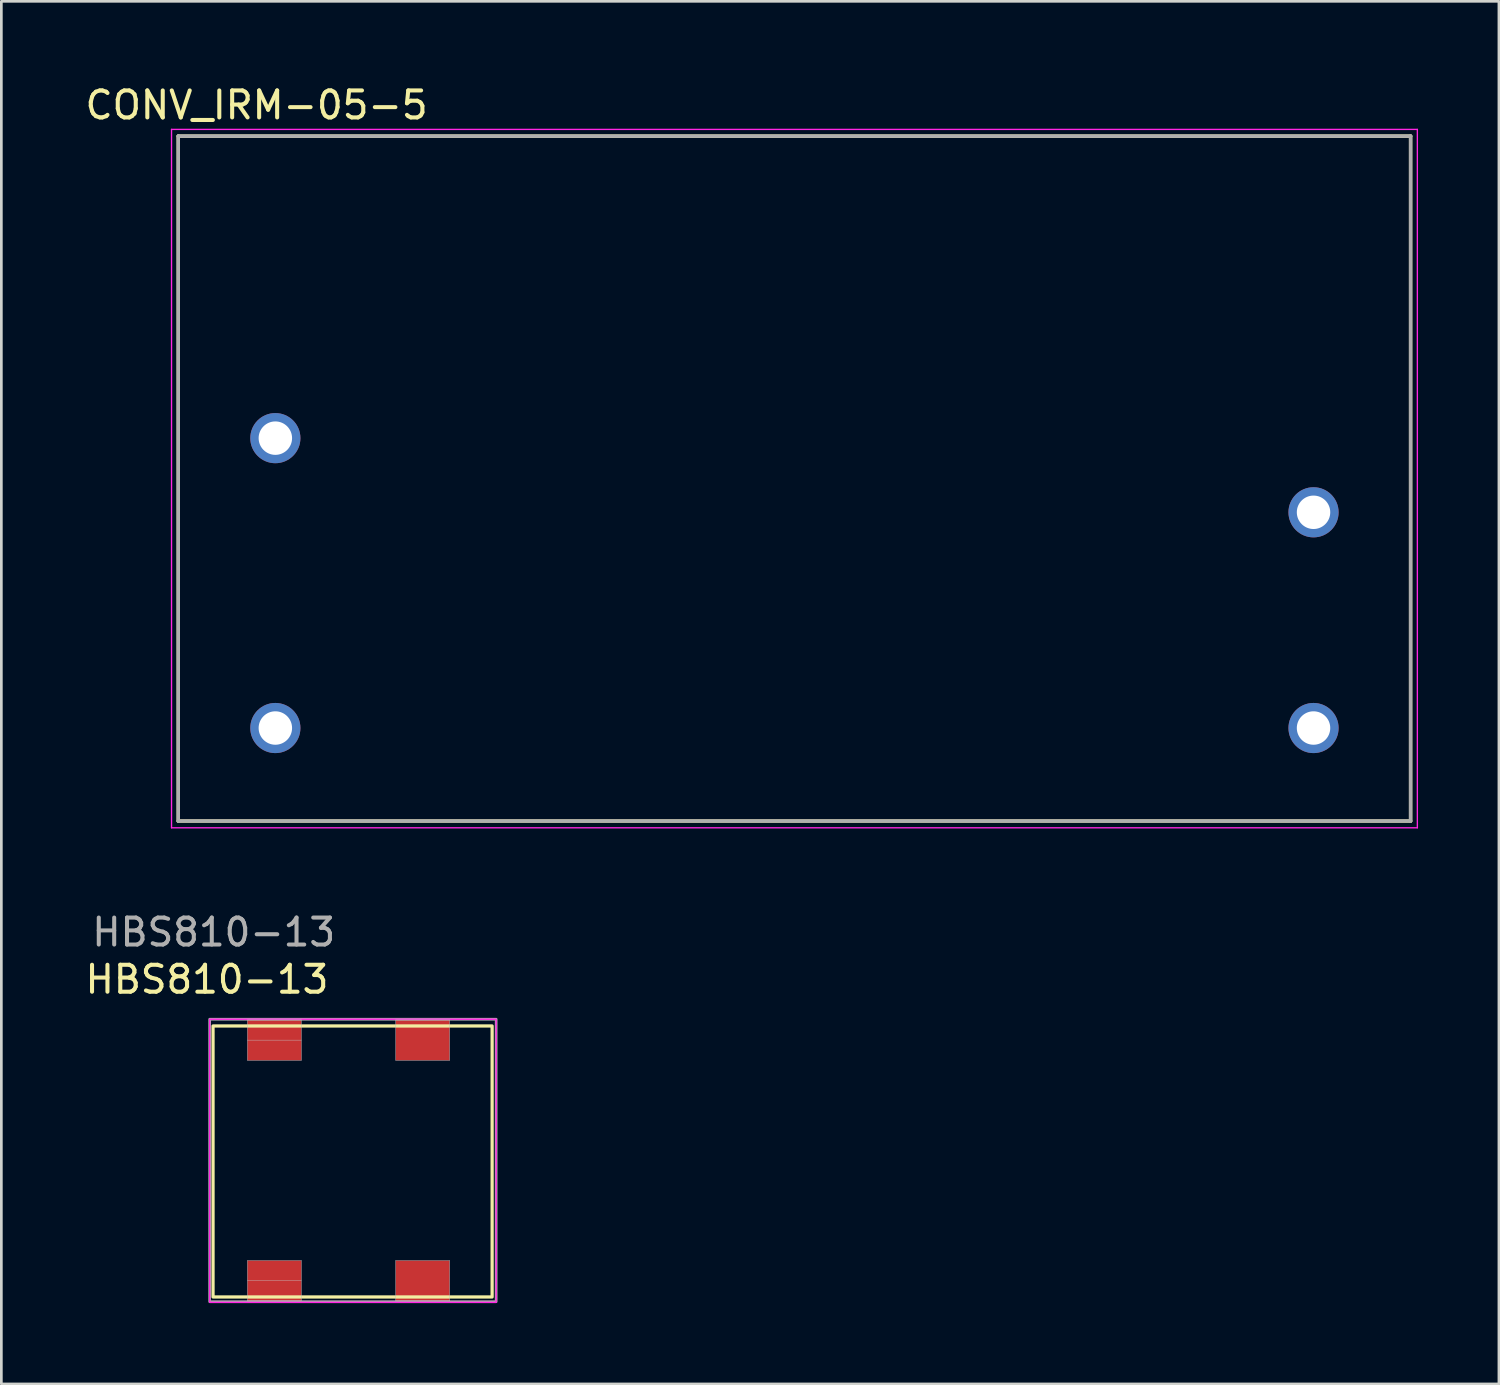
<source format=kicad_pcb>
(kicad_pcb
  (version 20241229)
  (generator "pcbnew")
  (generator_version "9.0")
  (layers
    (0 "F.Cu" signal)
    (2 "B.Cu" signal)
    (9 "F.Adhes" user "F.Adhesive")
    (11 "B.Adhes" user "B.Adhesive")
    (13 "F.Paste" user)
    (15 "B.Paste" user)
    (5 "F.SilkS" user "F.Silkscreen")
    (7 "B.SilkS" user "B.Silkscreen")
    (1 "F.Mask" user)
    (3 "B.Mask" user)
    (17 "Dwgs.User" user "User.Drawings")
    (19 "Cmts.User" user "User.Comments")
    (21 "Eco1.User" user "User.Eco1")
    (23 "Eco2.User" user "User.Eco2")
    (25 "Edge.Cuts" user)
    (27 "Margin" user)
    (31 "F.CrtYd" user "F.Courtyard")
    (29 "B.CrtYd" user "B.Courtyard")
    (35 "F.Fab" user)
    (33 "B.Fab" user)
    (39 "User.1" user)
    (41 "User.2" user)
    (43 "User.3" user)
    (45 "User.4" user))
  (footprint "HBS810-13"
    (layer "F.Cu")
    (at 6.125 34.772)
    (property "Reference" "HBS810-13" (at -1.5 -1.5 0) (unlocked yes) (layer "F.SilkS") (effects (font (size 1 1) (thickness 0.15))))
    (attr smd)
    (fp_rect (start -1.275 0.225) (end 9.075 10.275) (stroke (width 0.12) (type solid)) (fill no) (layer "F.SilkS"))
    (fp_line (start 0 0) (end 0 1.5) (stroke (width 0.015) (type solid)) (layer "Dwgs.User"))
    (fp_line (start 0 0.75) (end 2 0.75) (stroke (width 0.015) (type solid)) (layer "Dwgs.User"))
    (fp_line (start 0 1.5) (end 2 1.5) (stroke (width 0.015) (type solid)) (layer "Dwgs.User"))
    (fp_line (start 0 8.92) (end 0 10.42) (stroke (width 0.015) (type solid)) (layer "Dwgs.User"))
    (fp_line (start 0 9.67) (end 2 9.67) (stroke (width 0.015) (type solid)) (layer "Dwgs.User"))
    (fp_line (start 0 10.42) (end 2 10.42) (stroke (width 0.015) (type solid)) (layer "Dwgs.User"))
    (fp_line (start 2 0) (end 0 0) (stroke (width 0.015) (type solid)) (layer "Dwgs.User"))
    (fp_line (start 2 1.5) (end 2 0) (stroke (width 0.015) (type solid)) (layer "Dwgs.User"))
    (fp_line (start 2 8.92) (end 0 8.92) (stroke (width 0.015) (type solid)) (layer "Dwgs.User"))
    (fp_line (start 2 10.42) (end 2 8.92) (stroke (width 0.015) (type solid)) (layer "Dwgs.User"))
    (fp_line (start 5.5 0) (end 5.5 1.5) (stroke (width 0.015) (type solid)) (layer "Dwgs.User"))
    (fp_line (start 5.5 1.5) (end 7.5 1.5) (stroke (width 0.015) (type solid)) (layer "Dwgs.User"))
    (fp_line (start 5.5 8.92) (end 5.5 10.42) (stroke (width 0.015) (type solid)) (layer "Dwgs.User"))
    (fp_line (start 5.5 10.42) (end 7.5 10.42) (stroke (width 0.015) (type solid)) (layer "Dwgs.User"))
    (fp_line (start 7.5 0) (end 5.5 0) (stroke (width 0.015) (type solid)) (layer "Dwgs.User"))
    (fp_line (start 7.5 1.5) (end 7.5 0) (stroke (width 0.015) (type solid)) (layer "Dwgs.User"))
    (fp_line (start 7.5 8.92) (end 5.5 8.92) (stroke (width 0.015) (type solid)) (layer "Dwgs.User"))
    (fp_line (start 7.5 10.42) (end 7.5 8.92) (stroke (width 0.015) (type solid)) (layer "Dwgs.User"))
    (fp_rect (start -1.4 -0.025) (end 9.225 10.475) (stroke (width 0.05) (type solid)) (fill no) (layer "F.CrtYd"))
    (fp_rect (start -1.4 -0.025) (end 9.225 10.45) (stroke (width 0.1) (type solid)) (fill no) (layer "F.Fab"))
    (fp_text user "${REFERENCE}" (at -1.25 -3.25 0) (unlocked yes) (layer "F.Fab") (effects (font (size 1 1) (thickness 0.15))))
    (pad "1" smd rect (at 6.5 0.75) (size 2 1.5) (layers "F.Cu" "F.Mask" "F.Paste"))
    (pad "2" smd rect (at 6.5 9.675) (size 2 1.5) (layers "F.Cu" "F.Mask" "F.Paste"))
    (pad "3" smd rect (at 1 0.75) (size 2 1.5) (layers "F.Cu" "F.Mask" "F.Paste"))
    (pad "4" smd rect (at 1 9.675) (size 2 1.5) (layers "F.Cu" "F.Mask" "F.Paste")))
  (footprint "CONV_IRM-05-5"
    (layer "F.Cu")
    (at 26.411 14.698)
    (property "Reference" "CONV_IRM-05-5" (at -19.946 -13.849 0) (layer "F.SilkS") (effects (font (size 1.001 1.001) (thickness 0.15))))
    (attr through_hole)
    (fp_line (start -22.85 -12.7) (end 22.85 -12.7) (stroke (width 0.127) (type solid)) (layer "F.SilkS"))
    (fp_line (start -22.85 12.7) (end -22.85 -12.7) (stroke (width 0.127) (type solid)) (layer "F.SilkS"))
    (fp_line (start 22.85 -12.7) (end 22.85 12.7) (stroke (width 0.127) (type solid)) (layer "F.SilkS"))
    (fp_line (start 22.85 12.7) (end -22.85 12.7) (stroke (width 0.127) (type solid)) (layer "F.SilkS"))
    (fp_line (start -23.1 -12.95) (end 23.1 -12.95) (stroke (width 0.05) (type solid)) (layer "F.CrtYd"))
    (fp_line (start -23.1 12.95) (end -23.1 -12.95) (stroke (width 0.05) (type solid)) (layer "F.CrtYd"))
    (fp_line (start 23.1 -12.95) (end 23.1 12.95) (stroke (width 0.05) (type solid)) (layer "F.CrtYd"))
    (fp_line (start 23.1 12.95) (end -23.1 12.95) (stroke (width 0.05) (type solid)) (layer "F.CrtYd"))
    (fp_line (start -22.85 -12.7) (end 22.85 -12.7) (stroke (width 0.127) (type solid)) (layer "F.Fab"))
    (fp_line (start -22.85 12.7) (end -22.85 -12.7) (stroke (width 0.127) (type solid)) (layer "F.Fab"))
    (fp_line (start 22.85 -12.7) (end 22.85 12.7) (stroke (width 0.127) (type solid)) (layer "F.Fab"))
    (fp_line (start 22.85 12.7) (end -22.85 12.7) (stroke (width 0.127) (type solid)) (layer "F.Fab"))
    (pad "AC/L" thru_hole circle (at -19.25 9.25) (size 1.86 1.86) (drill 1.24) (layers "*.Cu" "*.Mask"))
    (pad "AC/N" thru_hole circle (at -19.25 -1.5) (size 1.86 1.86) (drill 1.24) (layers "*.Cu" "*.Mask"))
    (pad "VNEG" thru_hole circle (at 19.25 9.25) (size 1.86 1.86) (drill 1.24) (layers "*.Cu" "*.Mask"))
    (pad "VPOS" thru_hole circle (at 19.25 1.25) (size 1.86 1.86) (drill 1.24) (layers "*.Cu" "*.Mask")))
  (gr_rect
    (start -3 -3)
    (end 52.536 48.272)
    (stroke (width 0.1) (type default))
    (fill no)
    (layer "Edge.Cuts")))
</source>
